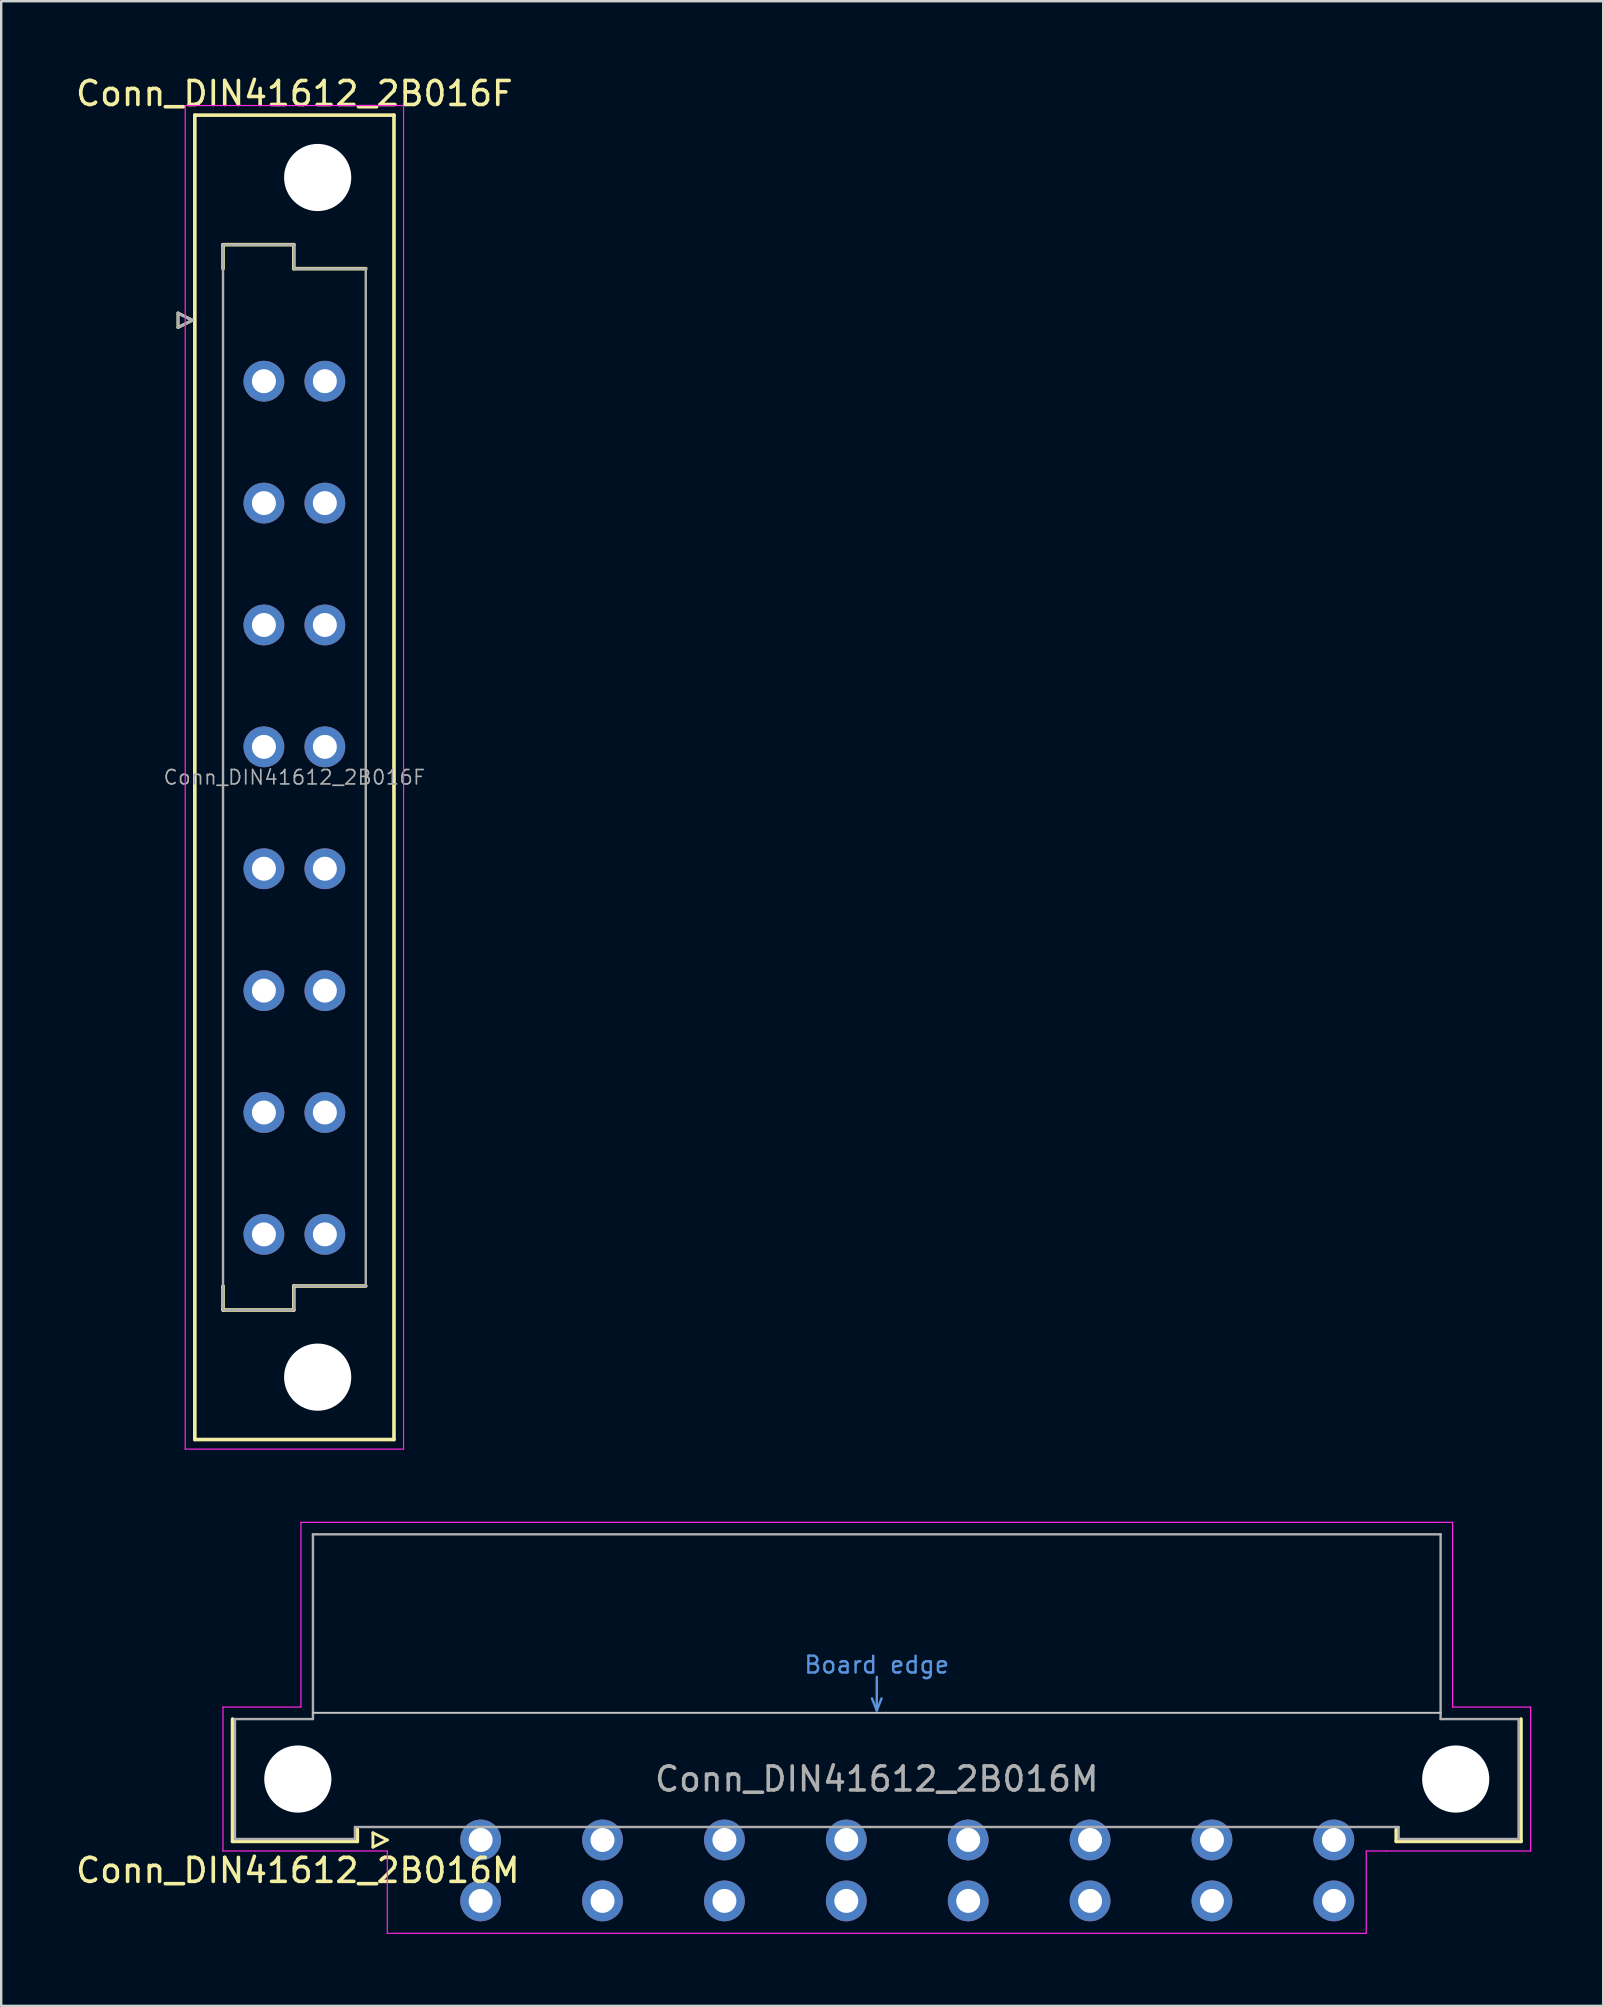
<source format=kicad_pcb>
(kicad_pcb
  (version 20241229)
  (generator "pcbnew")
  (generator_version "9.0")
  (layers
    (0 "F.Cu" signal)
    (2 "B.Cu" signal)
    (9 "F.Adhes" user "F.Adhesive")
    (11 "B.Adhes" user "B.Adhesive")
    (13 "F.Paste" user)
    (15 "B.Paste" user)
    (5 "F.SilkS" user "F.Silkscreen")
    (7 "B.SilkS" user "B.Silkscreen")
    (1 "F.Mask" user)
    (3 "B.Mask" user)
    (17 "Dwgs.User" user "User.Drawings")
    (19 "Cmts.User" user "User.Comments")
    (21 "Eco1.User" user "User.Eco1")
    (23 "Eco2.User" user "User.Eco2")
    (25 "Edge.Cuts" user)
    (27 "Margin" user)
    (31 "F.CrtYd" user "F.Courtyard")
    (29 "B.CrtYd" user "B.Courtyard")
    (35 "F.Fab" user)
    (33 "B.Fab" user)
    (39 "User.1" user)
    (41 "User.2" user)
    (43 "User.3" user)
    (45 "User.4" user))
  (footprint "Conn_DIN41612_2B016M"
    (layer "F.Cu")
    (at 14.443 73.638)
    (property "Reference" "Conn_DIN41612_2B016M" (at -5.08 1.27 0) (layer "F.SilkS") (effects (font (size 1 1) (thickness 0.15))))
    (attr through_hole)
    (fp_line (start -7.8 0.06) (end -7.8 -5.04) (stroke (width 0.15) (type solid)) (layer "F.SilkS"))
    (fp_line (start -2.6 -0.44) (end -2.6 0.06) (stroke (width 0.15) (type solid)) (layer "F.SilkS"))
    (fp_line (start -2.6 0.06) (end -7.8 0.06) (stroke (width 0.15) (type solid)) (layer "F.SilkS"))
    (fp_line (start -1.95 -0.3) (end -1.95 0.3) (stroke (width 0.12) (type solid)) (layer "F.SilkS"))
    (fp_line (start -1.95 0.3) (end -1.35 0) (stroke (width 0.12) (type solid)) (layer "F.SilkS"))
    (fp_line (start -1.35 0) (end -1.95 -0.3) (stroke (width 0.12) (type solid)) (layer "F.SilkS"))
    (fp_line (start 40.7 -0.44) (end 40.7 0.06) (stroke (width 0.15) (type solid)) (layer "F.SilkS"))
    (fp_line (start 40.7 0.06) (end 45.9 0.06) (stroke (width 0.15) (type solid)) (layer "F.SilkS"))
    (fp_line (start 45.9 0.06) (end 45.9 -5.04) (stroke (width 0.15) (type solid)) (layer "F.SilkS"))
    (fp_line (start -4.45 -5.3) (end 42.55 -5.3) (stroke (width 0.08) (type solid)) (layer "Dwgs.User"))
    (fp_line (start 18.85 -5.9) (end 19.05 -5.4) (stroke (width 0.1) (type solid)) (layer "Cmts.User"))
    (fp_line (start 19.05 -6.8) (end 19.05 -5.4) (stroke (width 0.1) (type solid)) (layer "Cmts.User"))
    (fp_line (start 19.05 -5.4) (end 19.25 -5.9) (stroke (width 0.1) (type solid)) (layer "Cmts.User"))
    (fp_line (start -8.2 -5.54) (end -4.95 -5.54) (stroke (width 0.05) (type solid)) (layer "F.CrtYd"))
    (fp_line (start -8.2 0.46) (end -8.2 -5.54) (stroke (width 0.05) (type solid)) (layer "F.CrtYd"))
    (fp_line (start -4.95 -13.24) (end 43.05 -13.24) (stroke (width 0.05) (type solid)) (layer "F.CrtYd"))
    (fp_line (start -4.95 -5.54) (end -4.95 -13.24) (stroke (width 0.05) (type solid)) (layer "F.CrtYd"))
    (fp_line (start -1.35 0.46) (end -8.2 0.46) (stroke (width 0.05) (type solid)) (layer "F.CrtYd"))
    (fp_line (start -1.35 3.89) (end -1.35 0.46) (stroke (width 0.05) (type solid)) (layer "F.CrtYd"))
    (fp_line (start 39.45 0.46) (end 39.45 3.89) (stroke (width 0.05) (type solid)) (layer "F.CrtYd"))
    (fp_line (start 39.45 3.89) (end -1.35 3.89) (stroke (width 0.05) (type solid)) (layer "F.CrtYd"))
    (fp_line (start 40.3 0.46) (end 39.45 0.46) (stroke (width 0.05) (type solid)) (layer "F.CrtYd"))
    (fp_line (start 43.05 -13.24) (end 43.05 -5.54) (stroke (width 0.05) (type solid)) (layer "F.CrtYd"))
    (fp_line (start 43.05 -5.54) (end 46.3 -5.54) (stroke (width 0.05) (type solid)) (layer "F.CrtYd"))
    (fp_line (start 46.3 -5.54) (end 46.3 0.46) (stroke (width 0.05) (type solid)) (layer "F.CrtYd"))
    (fp_line (start 46.3 0.46) (end 40.3 0.46) (stroke (width 0.05) (type solid)) (layer "F.CrtYd"))
    (fp_line (start -7.7 -5.04) (end -4.45 -5.04) (stroke (width 0.1) (type solid)) (layer "F.Fab"))
    (fp_line (start -7.7 -0.04) (end -7.7 -5.04) (stroke (width 0.1) (type solid)) (layer "F.Fab"))
    (fp_line (start -4.45 -12.74) (end 42.55 -12.74) (stroke (width 0.1) (type solid)) (layer "F.Fab"))
    (fp_line (start -4.45 -5.04) (end -4.45 -12.74) (stroke (width 0.1) (type solid)) (layer "F.Fab"))
    (fp_line (start -2.7 -0.54) (end -2.7 -0.04) (stroke (width 0.1) (type solid)) (layer "F.Fab"))
    (fp_line (start -2.7 -0.04) (end -7.7 -0.04) (stroke (width 0.1) (type solid)) (layer "F.Fab"))
    (fp_line (start 40.8 -0.54) (end -2.7 -0.54) (stroke (width 0.1) (type solid)) (layer "F.Fab"))
    (fp_line (start 40.8 -0.04) (end 40.8 -0.54) (stroke (width 0.1) (type solid)) (layer "F.Fab"))
    (fp_line (start 42.55 -12.74) (end 42.55 -5.04) (stroke (width 0.1) (type solid)) (layer "F.Fab"))
    (fp_line (start 42.55 -5.04) (end 45.8 -5.04) (stroke (width 0.1) (type solid)) (layer "F.Fab"))
    (fp_line (start 45.8 -5.04) (end 45.8 -0.04) (stroke (width 0.1) (type solid)) (layer "F.Fab"))
    (fp_line (start 45.8 -0.04) (end 40.8 -0.04) (stroke (width 0.1) (type solid)) (layer "F.Fab"))
    (fp_text user "Board edge" (at 19.05 -7.3 0) (layer "Cmts.User") (effects (font (size 0.7 0.7) (thickness 0.1))))
    (fp_text user "${REFERENCE}" (at 19.05 -2.54 0) (layer "F.Fab") (effects (font (size 1 1) (thickness 0.15))))
    (pad "" np_thru_hole circle (at -5.08 -2.54) (size 2.8 2.8) (drill 2.8) (layers "*.Cu" "*.Mask"))
    (pad "" np_thru_hole circle (at 43.18 -2.54) (size 2.8 2.8) (drill 2.8) (layers "*.Cu" "*.Mask"))
    (pad "A2" thru_hole circle (at 2.54 0) (size 1.7 1.7) (drill 1) (layers "*.Cu" "*.Mask"))
    (pad "A4" thru_hole circle (at 7.62 0) (size 1.7 1.7) (drill 1) (layers "*.Cu" "*.Mask"))
    (pad "A6" thru_hole circle (at 12.7 0) (size 1.7 1.7) (drill 1) (layers "*.Cu" "*.Mask"))
    (pad "A8" thru_hole circle (at 17.78 0) (size 1.7 1.7) (drill 1) (layers "*.Cu" "*.Mask"))
    (pad "A10" thru_hole circle (at 22.86 0) (size 1.7 1.7) (drill 1) (layers "*.Cu" "*.Mask"))
    (pad "A12" thru_hole circle (at 27.94 0) (size 1.7 1.7) (drill 1) (layers "*.Cu" "*.Mask"))
    (pad "A14" thru_hole circle (at 33.02 0) (size 1.7 1.7) (drill 1) (layers "*.Cu" "*.Mask"))
    (pad "A16" thru_hole circle (at 38.1 0) (size 1.7 1.7) (drill 1) (layers "*.Cu" "*.Mask"))
    (pad "B2" thru_hole circle (at 2.54 2.54) (size 1.7 1.7) (drill 1) (layers "*.Cu" "*.Mask"))
    (pad "B4" thru_hole circle (at 7.62 2.54) (size 1.7 1.7) (drill 1) (layers "*.Cu" "*.Mask"))
    (pad "B6" thru_hole circle (at 12.7 2.54) (size 1.7 1.7) (drill 1) (layers "*.Cu" "*.Mask"))
    (pad "B8" thru_hole circle (at 17.78 2.54) (size 1.7 1.7) (drill 1) (layers "*.Cu" "*.Mask"))
    (pad "B10" thru_hole circle (at 22.86 2.54) (size 1.7 1.7) (drill 1) (layers "*.Cu" "*.Mask"))
    (pad "B12" thru_hole circle (at 27.94 2.54) (size 1.7 1.7) (drill 1) (layers "*.Cu" "*.Mask"))
    (pad "B14" thru_hole circle (at 33.02 2.54) (size 1.7 1.7) (drill 1) (layers "*.Cu" "*.Mask"))
    (pad "B16" thru_hole circle (at 38.1 2.54) (size 1.7 1.7) (drill 1) (layers "*.Cu" "*.Mask")))
  (footprint "Conn_DIN41612_2B016F"
    (layer "F.Cu")
    (at 7.95 10.298)
    (property "Reference" "Conn_DIN41612_2B016F" (at 1.27 -9.45 0) (layer "F.SilkS") (effects (font (size 1 1) (thickness 0.15))))
    (attr through_hole)
    (fp_line (start -3.58 -0.3) (end -3.58 0.3) (stroke (width 0.12) (type solid)) (layer "F.SilkS"))
    (fp_line (start -3.58 0.3) (end -2.98 0) (stroke (width 0.12) (type solid)) (layer "F.SilkS"))
    (fp_line (start -2.98 0) (end -3.58 -0.3) (stroke (width 0.12) (type solid)) (layer "F.SilkS"))
    (fp_line (start -2.88 -8.55) (end -2.88 46.65) (stroke (width 0.15) (type solid)) (layer "F.SilkS"))
    (fp_line (start -2.88 46.65) (end 5.42 46.65) (stroke (width 0.15) (type solid)) (layer "F.SilkS"))
    (fp_line (start -1.705 -3.15) (end 1.245 -3.15) (stroke (width 0.15) (type solid)) (layer "F.SilkS"))
    (fp_line (start -1.705 -2.15) (end -1.705 -3.15) (stroke (width 0.15) (type solid)) (layer "F.SilkS"))
    (fp_line (start -1.705 41.25) (end -1.705 40.25) (stroke (width 0.15) (type solid)) (layer "F.SilkS"))
    (fp_line (start 1.245 -3.15) (end 1.245 -2.15) (stroke (width 0.15) (type solid)) (layer "F.SilkS"))
    (fp_line (start 1.245 -2.15) (end 4.245 -2.15) (stroke (width 0.15) (type solid)) (layer "F.SilkS"))
    (fp_line (start 1.245 40.25) (end 1.245 41.25) (stroke (width 0.15) (type solid)) (layer "F.SilkS"))
    (fp_line (start 1.245 41.25) (end -1.705 41.25) (stroke (width 0.15) (type solid)) (layer "F.SilkS"))
    (fp_line (start 4.245 40.25) (end 1.245 40.25) (stroke (width 0.15) (type solid)) (layer "F.SilkS"))
    (fp_line (start 5.42 -8.55) (end -2.88 -8.55) (stroke (width 0.15) (type solid)) (layer "F.SilkS"))
    (fp_line (start 5.42 46.65) (end 5.42 -8.55) (stroke (width 0.15) (type solid)) (layer "F.SilkS"))
    (fp_line (start -3.28 -8.95) (end -3.28 47.05) (stroke (width 0.05) (type solid)) (layer "F.CrtYd"))
    (fp_line (start -3.28 47.05) (end 5.82 47.05) (stroke (width 0.05) (type solid)) (layer "F.CrtYd"))
    (fp_line (start 5.82 -8.95) (end -3.28 -8.95) (stroke (width 0.05) (type solid)) (layer "F.CrtYd"))
    (fp_line (start 5.82 47.05) (end 5.82 -8.95) (stroke (width 0.05) (type solid)) (layer "F.CrtYd"))
    (fp_line (start -3.58 -0.3) (end -3.58 0.3) (stroke (width 0.12) (type solid)) (layer "F.Fab"))
    (fp_line (start -3.58 0.3) (end -2.98 0) (stroke (width 0.12) (type solid)) (layer "F.Fab"))
    (fp_line (start -2.98 0) (end -3.58 -0.3) (stroke (width 0.12) (type solid)) (layer "F.Fab"))
    (fp_line (start -1.705 -3.15) (end 1.245 -3.15) (stroke (width 0.1) (type solid)) (layer "F.Fab"))
    (fp_line (start -1.705 -2.15) (end -1.705 -3.15) (stroke (width 0.1) (type solid)) (layer "F.Fab"))
    (fp_line (start -1.705 40.25) (end -1.705 -2.15) (stroke (width 0.1) (type solid)) (layer "F.Fab"))
    (fp_line (start -1.705 41.25) (end -1.705 40.25) (stroke (width 0.1) (type solid)) (layer "F.Fab"))
    (fp_line (start 1.245 -3.15) (end 1.245 -2.15) (stroke (width 0.1) (type solid)) (layer "F.Fab"))
    (fp_line (start 1.245 -2.15) (end 4.245 -2.15) (stroke (width 0.1) (type solid)) (layer "F.Fab"))
    (fp_line (start 1.245 40.25) (end 1.245 41.25) (stroke (width 0.1) (type solid)) (layer "F.Fab"))
    (fp_line (start 1.245 41.25) (end -1.705 41.25) (stroke (width 0.1) (type solid)) (layer "F.Fab"))
    (fp_line (start 4.245 -2.15) (end 4.245 40.25) (stroke (width 0.1) (type solid)) (layer "F.Fab"))
    (fp_line (start 4.245 40.25) (end 1.245 40.25) (stroke (width 0.1) (type solid)) (layer "F.Fab"))
    (fp_text user "${REFERENCE}" (at 1.27 19.05 0) (layer "F.Fab") (effects (font (size 0.6 0.6) (thickness 0.07))))
    (pad "" np_thru_hole circle (at 2.24 -5.95) (size 2.8 2.8) (drill 2.8) (layers "*.Cu" "*.Mask"))
    (pad "" np_thru_hole circle (at 2.24 44.05) (size 2.8 2.8) (drill 2.8) (layers "*.Cu" "*.Mask"))
    (pad "A2" thru_hole circle (at 0 2.54) (size 1.7 1.7) (drill 1) (layers "*.Cu" "*.Mask"))
    (pad "A4" thru_hole circle (at 0 7.62) (size 1.7 1.7) (drill 1) (layers "*.Cu" "*.Mask"))
    (pad "A6" thru_hole circle (at 0 12.7) (size 1.7 1.7) (drill 1) (layers "*.Cu" "*.Mask"))
    (pad "A8" thru_hole circle (at 0 17.78) (size 1.7 1.7) (drill 1) (layers "*.Cu" "*.Mask"))
    (pad "A10" thru_hole circle (at 0 22.86) (size 1.7 1.7) (drill 1) (layers "*.Cu" "*.Mask"))
    (pad "A12" thru_hole circle (at 0 27.94) (size 1.7 1.7) (drill 1) (layers "*.Cu" "*.Mask"))
    (pad "A14" thru_hole circle (at 0 33.02) (size 1.7 1.7) (drill 1) (layers "*.Cu" "*.Mask"))
    (pad "A16" thru_hole circle (at 0 38.1) (size 1.7 1.7) (drill 1) (layers "*.Cu" "*.Mask"))
    (pad "B2" thru_hole circle (at 2.54 2.54) (size 1.7 1.7) (drill 1) (layers "*.Cu" "*.Mask"))
    (pad "B4" thru_hole circle (at 2.54 7.62) (size 1.7 1.7) (drill 1) (layers "*.Cu" "*.Mask"))
    (pad "B6" thru_hole circle (at 2.54 12.7) (size 1.7 1.7) (drill 1) (layers "*.Cu" "*.Mask"))
    (pad "B8" thru_hole circle (at 2.54 17.78) (size 1.7 1.7) (drill 1) (layers "*.Cu" "*.Mask"))
    (pad "B10" thru_hole circle (at 2.54 22.86) (size 1.7 1.7) (drill 1) (layers "*.Cu" "*.Mask"))
    (pad "B12" thru_hole circle (at 2.54 27.94) (size 1.7 1.7) (drill 1) (layers "*.Cu" "*.Mask"))
    (pad "B14" thru_hole circle (at 2.54 33.02) (size 1.7 1.7) (drill 1) (layers "*.Cu" "*.Mask"))
    (pad "B16" thru_hole circle (at 2.54 38.1) (size 1.7 1.7) (drill 1) (layers "*.Cu" "*.Mask")))
  (gr_rect
    (start -3 -3)
    (end 63.768 80.553)
    (stroke (width 0.1) (type default))
    (fill no)
    (layer "Edge.Cuts")))
</source>
